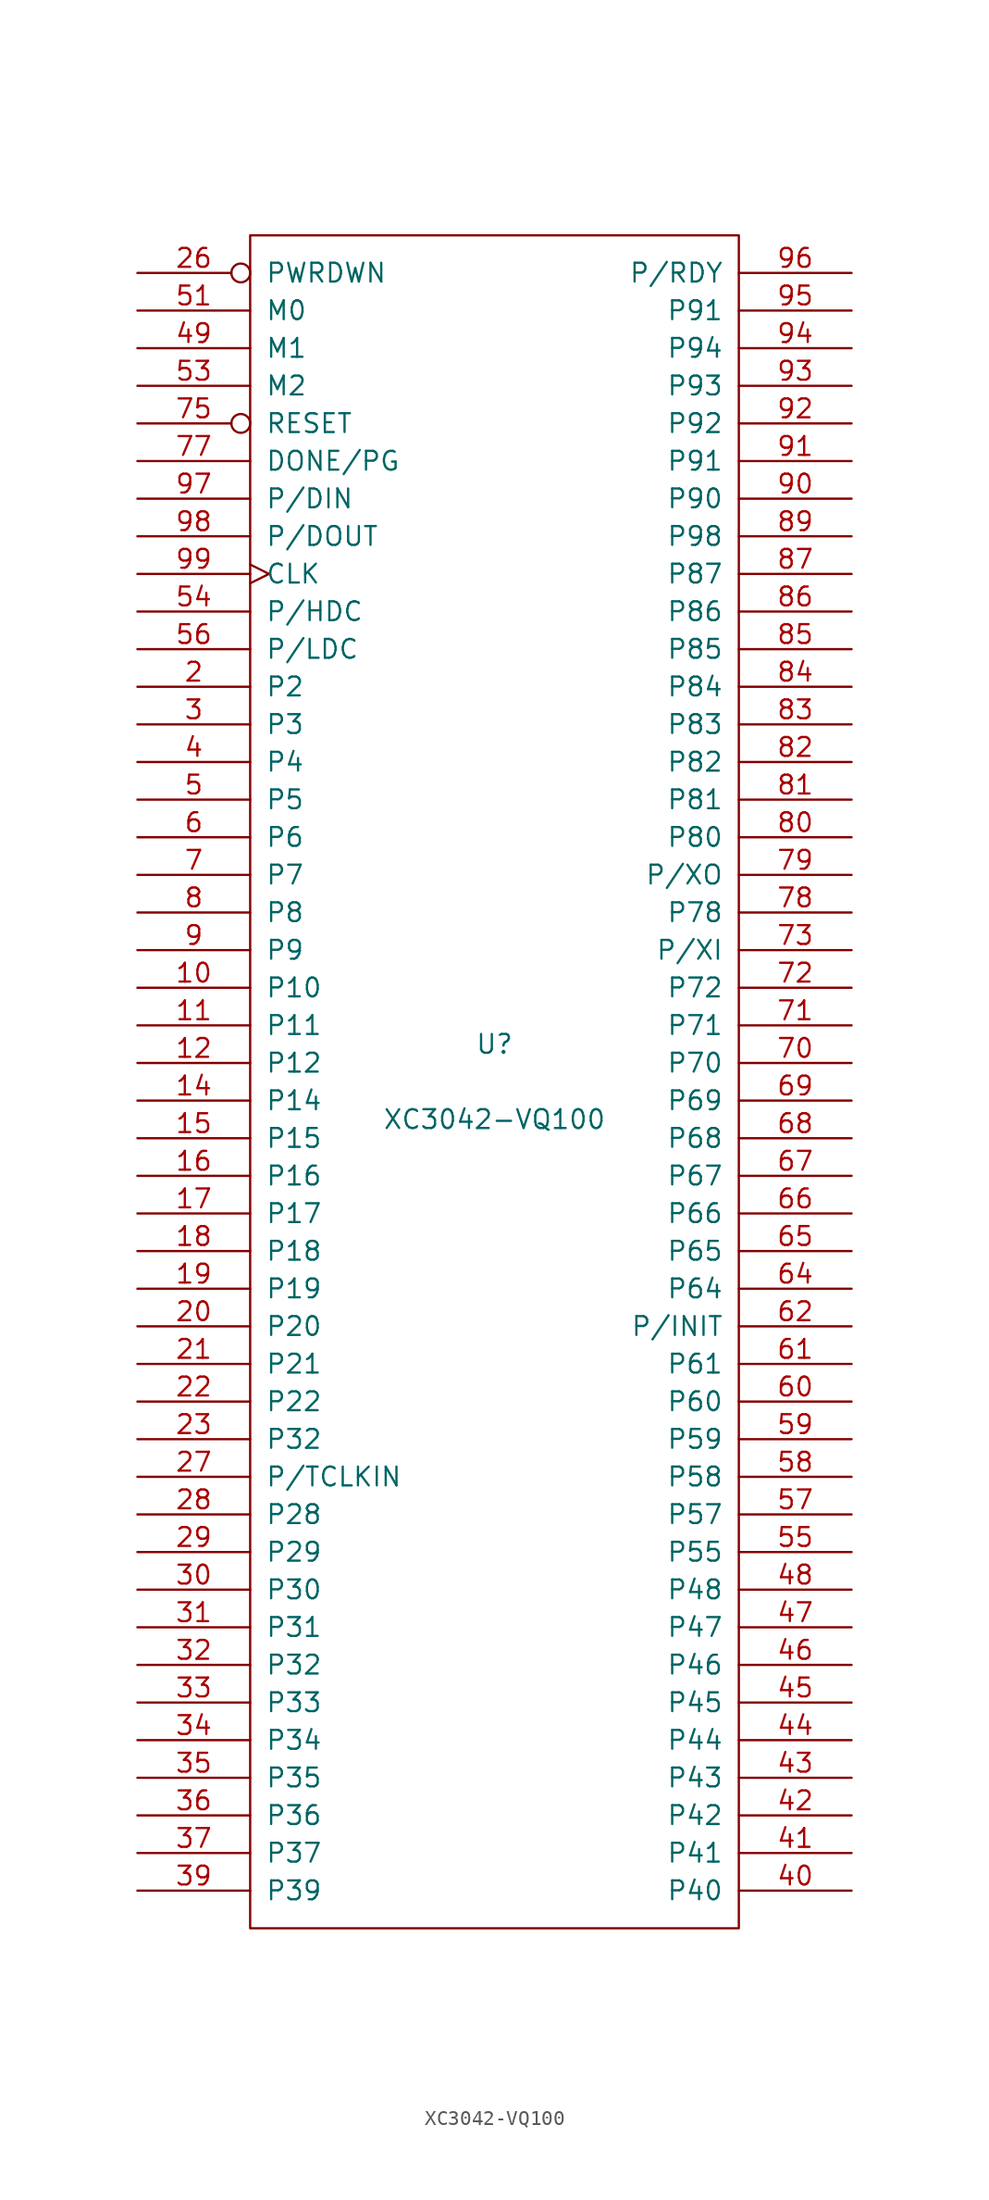
<source format=kicad_sym>
(kicad_symbol_lib
  (version 20201005)
  (generator kicad_symbol_editor)
  (symbol "XC3042-VQ100"
    (pin_names
      (offset 1.016))
    (property "Reference" "U"
      (at 0 2.54 0)
      (effects (font (size 1.27 1.27))))
    (property "Value" "XC3042-VQ100"
      (at 0 -2.54 0)
      (effects (font (size 1.27 1.27))))
    (symbol "XC3042-VQ100_0_1"
      (rectangle (start -16.51 -57.15) (end 16.51 57.15) (stroke (width 0)) (fill (type none))))
    (symbol "XC3042-VQ100_1_1"
      (pin power_in line (at -3.81 -57.15 90) (length 0) hide (name "GND" (effects (font (size 1.27 1.27)))) (number "1" (effects (font (size 1.27 1.27)))))
      (pin passive line (at -24.13 6.35 0) (length 7.62) (name "P10" (effects (font (size 1.27 1.27)))) (number "10" (effects (font (size 1.27 1.27)))))
      (pin power_in line (at 8.89 57.15 270) (length 0) hide (name "VCC" (effects (font (size 1.27 1.27)))) (number "100" (effects (font (size 1.27 1.27)))))
      (pin passive line (at -24.13 3.81 0) (length 7.62) (name "P11" (effects (font (size 1.27 1.27)))) (number "11" (effects (font (size 1.27 1.27)))))
      (pin passive line (at -24.13 1.27 0) (length 7.62) (name "P12" (effects (font (size 1.27 1.27)))) (number "12" (effects (font (size 1.27 1.27)))))
      (pin power_in line (at -1.27 -57.15 90) (length 0) hide (name "GND" (effects (font (size 1.27 1.27)))) (number "13" (effects (font (size 1.27 1.27)))))
      (pin passive line (at -24.13 -1.27 0) (length 7.62) (name "P14" (effects (font (size 1.27 1.27)))) (number "14" (effects (font (size 1.27 1.27)))))
      (pin passive line (at -24.13 -3.81 0) (length 7.62) (name "P15" (effects (font (size 1.27 1.27)))) (number "15" (effects (font (size 1.27 1.27)))))
      (pin passive line (at -24.13 -6.35 0) (length 7.62) (name "P16" (effects (font (size 1.27 1.27)))) (number "16" (effects (font (size 1.27 1.27)))))
      (pin passive line (at -24.13 -8.89 0) (length 7.62) (name "P17" (effects (font (size 1.27 1.27)))) (number "17" (effects (font (size 1.27 1.27)))))
      (pin passive line (at -24.13 -11.43 0) (length 7.62) (name "P18" (effects (font (size 1.27 1.27)))) (number "18" (effects (font (size 1.27 1.27)))))
      (pin passive line (at -24.13 -13.97 0) (length 7.62) (name "P19" (effects (font (size 1.27 1.27)))) (number "19" (effects (font (size 1.27 1.27)))))
      (pin passive line (at -24.13 26.67 0) (length 7.62) (name "P2" (effects (font (size 1.27 1.27)))) (number "2" (effects (font (size 1.27 1.27)))))
      (pin passive line (at -24.13 -16.51 0) (length 7.62) (name "P20" (effects (font (size 1.27 1.27)))) (number "20" (effects (font (size 1.27 1.27)))))
      (pin passive line (at -24.13 -19.05 0) (length 7.62) (name "P21" (effects (font (size 1.27 1.27)))) (number "21" (effects (font (size 1.27 1.27)))))
      (pin passive line (at -24.13 -21.59 0) (length 7.62) (name "P22" (effects (font (size 1.27 1.27)))) (number "22" (effects (font (size 1.27 1.27)))))
      (pin passive line (at -24.13 -24.13 0) (length 7.62) (name "P32" (effects (font (size 1.27 1.27)))) (number "23" (effects (font (size 1.27 1.27)))))
      (pin power_in line (at -3.81 57.15 270) (length 0) hide (name "VCC" (effects (font (size 1.27 1.27)))) (number "24" (effects (font (size 1.27 1.27)))))
      (pin power_in line (at 1.27 -57.15 90) (length 0) hide (name "GND" (effects (font (size 1.27 1.27)))) (number "25" (effects (font (size 1.27 1.27)))))
      (pin input inverted (at -24.13 54.61 0) (length 7.62) (name "PWRDWN" (effects (font (size 1.27 1.27)))) (number "26" (effects (font (size 1.27 1.27)))))
      (pin passive line (at -24.13 -26.67 0) (length 7.62) (name "P/TCLKIN" (effects (font (size 1.27 1.27)))) (number "27" (effects (font (size 1.27 1.27)))))
      (pin passive line (at -24.13 -29.21 0) (length 7.62) (name "P28" (effects (font (size 1.27 1.27)))) (number "28" (effects (font (size 1.27 1.27)))))
      (pin passive line (at -24.13 -31.75 0) (length 7.62) (name "P29" (effects (font (size 1.27 1.27)))) (number "29" (effects (font (size 1.27 1.27)))))
      (pin passive line (at -24.13 24.13 0) (length 7.62) (name "P3" (effects (font (size 1.27 1.27)))) (number "3" (effects (font (size 1.27 1.27)))))
      (pin passive line (at -24.13 -34.29 0) (length 7.62) (name "P30" (effects (font (size 1.27 1.27)))) (number "30" (effects (font (size 1.27 1.27)))))
      (pin passive line (at -24.13 -36.83 0) (length 7.62) (name "P31" (effects (font (size 1.27 1.27)))) (number "31" (effects (font (size 1.27 1.27)))))
      (pin passive line (at -24.13 -39.37 0) (length 7.62) (name "P32" (effects (font (size 1.27 1.27)))) (number "32" (effects (font (size 1.27 1.27)))))
      (pin passive line (at -24.13 -41.91 0) (length 7.62) (name "P33" (effects (font (size 1.27 1.27)))) (number "33" (effects (font (size 1.27 1.27)))))
      (pin passive line (at -24.13 -44.45 0) (length 7.62) (name "P34" (effects (font (size 1.27 1.27)))) (number "34" (effects (font (size 1.27 1.27)))))
      (pin passive line (at -24.13 -46.99 0) (length 7.62) (name "P35" (effects (font (size 1.27 1.27)))) (number "35" (effects (font (size 1.27 1.27)))))
      (pin passive line (at -24.13 -49.53 0) (length 7.62) (name "P36" (effects (font (size 1.27 1.27)))) (number "36" (effects (font (size 1.27 1.27)))))
      (pin passive line (at -24.13 -52.07 0) (length 7.62) (name "P37" (effects (font (size 1.27 1.27)))) (number "37" (effects (font (size 1.27 1.27)))))
      (pin power_in line (at -1.27 57.15 270) (length 0) hide (name "VCC" (effects (font (size 1.27 1.27)))) (number "38" (effects (font (size 1.27 1.27)))))
      (pin passive line (at -24.13 -54.61 0) (length 7.62) (name "P39" (effects (font (size 1.27 1.27)))) (number "39" (effects (font (size 1.27 1.27)))))
      (pin passive line (at -24.13 21.59 0) (length 7.62) (name "P4" (effects (font (size 1.27 1.27)))) (number "4" (effects (font (size 1.27 1.27)))))
      (pin passive line (at 24.13 -54.61 180) (length 7.62) (name "P40" (effects (font (size 1.27 1.27)))) (number "40" (effects (font (size 1.27 1.27)))))
      (pin passive line (at 24.13 -52.07 180) (length 7.62) (name "P41" (effects (font (size 1.27 1.27)))) (number "41" (effects (font (size 1.27 1.27)))))
      (pin passive line (at 24.13 -49.53 180) (length 7.62) (name "P42" (effects (font (size 1.27 1.27)))) (number "42" (effects (font (size 1.27 1.27)))))
      (pin passive line (at 24.13 -46.99 180) (length 7.62) (name "P43" (effects (font (size 1.27 1.27)))) (number "43" (effects (font (size 1.27 1.27)))))
      (pin passive line (at 24.13 -44.45 180) (length 7.62) (name "P44" (effects (font (size 1.27 1.27)))) (number "44" (effects (font (size 1.27 1.27)))))
      (pin passive line (at 24.13 -41.91 180) (length 7.62) (name "P45" (effects (font (size 1.27 1.27)))) (number "45" (effects (font (size 1.27 1.27)))))
      (pin passive line (at 24.13 -39.37 180) (length 7.62) (name "P46" (effects (font (size 1.27 1.27)))) (number "46" (effects (font (size 1.27 1.27)))))
      (pin passive line (at 24.13 -36.83 180) (length 7.62) (name "P47" (effects (font (size 1.27 1.27)))) (number "47" (effects (font (size 1.27 1.27)))))
      (pin passive line (at 24.13 -34.29 180) (length 7.62) (name "P48" (effects (font (size 1.27 1.27)))) (number "48" (effects (font (size 1.27 1.27)))))
      (pin input line (at -24.13 49.53 0) (length 7.62) (name "M1" (effects (font (size 1.27 1.27)))) (number "49" (effects (font (size 1.27 1.27)))))
      (pin passive line (at -24.13 19.05 0) (length 7.62) (name "P5" (effects (font (size 1.27 1.27)))) (number "5" (effects (font (size 1.27 1.27)))))
      (pin power_in line (at 3.81 -57.15 90) (length 0) hide (name "GND" (effects (font (size 1.27 1.27)))) (number "50" (effects (font (size 1.27 1.27)))))
      (pin input line (at -24.13 52.07 0) (length 7.62) (name "M0" (effects (font (size 1.27 1.27)))) (number "51" (effects (font (size 1.27 1.27)))))
      (pin power_in line (at 1.27 57.15 270) (length 0) hide (name "VCC" (effects (font (size 1.27 1.27)))) (number "52" (effects (font (size 1.27 1.27)))))
      (pin passive line (at -24.13 46.99 0) (length 7.62) (name "M2" (effects (font (size 1.27 1.27)))) (number "53" (effects (font (size 1.27 1.27)))))
      (pin passive line (at -24.13 31.75 0) (length 7.62) (name "P/HDC" (effects (font (size 1.27 1.27)))) (number "54" (effects (font (size 1.27 1.27)))))
      (pin passive line (at 24.13 -31.75 180) (length 7.62) (name "P55" (effects (font (size 1.27 1.27)))) (number "55" (effects (font (size 1.27 1.27)))))
      (pin passive line (at -24.13 29.21 0) (length 7.62) (name "P/LDC" (effects (font (size 1.27 1.27)))) (number "56" (effects (font (size 1.27 1.27)))))
      (pin passive line (at 24.13 -29.21 180) (length 7.62) (name "P57" (effects (font (size 1.27 1.27)))) (number "57" (effects (font (size 1.27 1.27)))))
      (pin passive line (at 24.13 -26.67 180) (length 7.62) (name "P58" (effects (font (size 1.27 1.27)))) (number "58" (effects (font (size 1.27 1.27)))))
      (pin passive line (at 24.13 -24.13 180) (length 7.62) (name "P59" (effects (font (size 1.27 1.27)))) (number "59" (effects (font (size 1.27 1.27)))))
      (pin passive line (at -24.13 16.51 0) (length 7.62) (name "P6" (effects (font (size 1.27 1.27)))) (number "6" (effects (font (size 1.27 1.27)))))
      (pin passive line (at 24.13 -21.59 180) (length 7.62) (name "P60" (effects (font (size 1.27 1.27)))) (number "60" (effects (font (size 1.27 1.27)))))
      (pin passive line (at 24.13 -19.05 180) (length 7.62) (name "P61" (effects (font (size 1.27 1.27)))) (number "61" (effects (font (size 1.27 1.27)))))
      (pin passive line (at 24.13 -16.51 180) (length 7.62) (name "P/INIT" (effects (font (size 1.27 1.27)))) (number "62" (effects (font (size 1.27 1.27)))))
      (pin power_in line (at 6.35 -57.15 90) (length 0) hide (name "GND" (effects (font (size 1.27 1.27)))) (number "63" (effects (font (size 1.27 1.27)))))
      (pin passive line (at 24.13 -13.97 180) (length 7.62) (name "P64" (effects (font (size 1.27 1.27)))) (number "64" (effects (font (size 1.27 1.27)))))
      (pin passive line (at 24.13 -11.43 180) (length 7.62) (name "P65" (effects (font (size 1.27 1.27)))) (number "65" (effects (font (size 1.27 1.27)))))
      (pin passive line (at 24.13 -8.89 180) (length 7.62) (name "P66" (effects (font (size 1.27 1.27)))) (number "66" (effects (font (size 1.27 1.27)))))
      (pin passive line (at 24.13 -6.35 180) (length 7.62) (name "P67" (effects (font (size 1.27 1.27)))) (number "67" (effects (font (size 1.27 1.27)))))
      (pin passive line (at 24.13 -3.81 180) (length 7.62) (name "P68" (effects (font (size 1.27 1.27)))) (number "68" (effects (font (size 1.27 1.27)))))
      (pin passive line (at 24.13 -1.27 180) (length 7.62) (name "P69" (effects (font (size 1.27 1.27)))) (number "69" (effects (font (size 1.27 1.27)))))
      (pin passive line (at -24.13 13.97 0) (length 7.62) (name "P7" (effects (font (size 1.27 1.27)))) (number "7" (effects (font (size 1.27 1.27)))))
      (pin passive line (at 24.13 1.27 180) (length 7.62) (name "P70" (effects (font (size 1.27 1.27)))) (number "70" (effects (font (size 1.27 1.27)))))
      (pin passive line (at 24.13 3.81 180) (length 7.62) (name "P71" (effects (font (size 1.27 1.27)))) (number "71" (effects (font (size 1.27 1.27)))))
      (pin passive line (at 24.13 6.35 180) (length 7.62) (name "P72" (effects (font (size 1.27 1.27)))) (number "72" (effects (font (size 1.27 1.27)))))
      (pin passive line (at 24.13 8.89 180) (length 7.62) (name "P/XI" (effects (font (size 1.27 1.27)))) (number "73" (effects (font (size 1.27 1.27)))))
      (pin power_in line (at 8.89 -57.15 90) (length 0) hide (name "GND" (effects (font (size 1.27 1.27)))) (number "74" (effects (font (size 1.27 1.27)))))
      (pin input inverted (at -24.13 44.45 0) (length 7.62) (name "RESET" (effects (font (size 1.27 1.27)))) (number "75" (effects (font (size 1.27 1.27)))))
      (pin power_in line (at 3.81 57.15 270) (length 0) hide (name "VCC" (effects (font (size 1.27 1.27)))) (number "76" (effects (font (size 1.27 1.27)))))
      (pin open_collector line (at -24.13 41.91 0) (length 7.62) (name "DONE/PG" (effects (font (size 1.27 1.27)))) (number "77" (effects (font (size 1.27 1.27)))))
      (pin passive line (at 24.13 11.43 180) (length 7.62) (name "P78" (effects (font (size 1.27 1.27)))) (number "78" (effects (font (size 1.27 1.27)))))
      (pin passive line (at 24.13 13.97 180) (length 7.62) (name "P/XO" (effects (font (size 1.27 1.27)))) (number "79" (effects (font (size 1.27 1.27)))))
      (pin passive line (at -24.13 11.43 0) (length 7.62) (name "P8" (effects (font (size 1.27 1.27)))) (number "8" (effects (font (size 1.27 1.27)))))
      (pin passive line (at 24.13 16.51 180) (length 7.62) (name "P80" (effects (font (size 1.27 1.27)))) (number "80" (effects (font (size 1.27 1.27)))))
      (pin passive line (at 24.13 19.05 180) (length 7.62) (name "P81" (effects (font (size 1.27 1.27)))) (number "81" (effects (font (size 1.27 1.27)))))
      (pin passive line (at 24.13 21.59 180) (length 7.62) (name "P82" (effects (font (size 1.27 1.27)))) (number "82" (effects (font (size 1.27 1.27)))))
      (pin passive line (at 24.13 24.13 180) (length 7.62) (name "P83" (effects (font (size 1.27 1.27)))) (number "83" (effects (font (size 1.27 1.27)))))
      (pin passive line (at 24.13 26.67 180) (length 7.62) (name "P84" (effects (font (size 1.27 1.27)))) (number "84" (effects (font (size 1.27 1.27)))))
      (pin passive line (at 24.13 29.21 180) (length 7.62) (name "P85" (effects (font (size 1.27 1.27)))) (number "85" (effects (font (size 1.27 1.27)))))
      (pin passive line (at 24.13 31.75 180) (length 7.62) (name "P86" (effects (font (size 1.27 1.27)))) (number "86" (effects (font (size 1.27 1.27)))))
      (pin passive line (at 24.13 34.29 180) (length 7.62) (name "P87" (effects (font (size 1.27 1.27)))) (number "87" (effects (font (size 1.27 1.27)))))
      (pin power_in line (at 6.35 57.15 270) (length 0) hide (name "VCC" (effects (font (size 1.27 1.27)))) (number "88" (effects (font (size 1.27 1.27)))))
      (pin passive line (at 24.13 36.83 180) (length 7.62) (name "P98" (effects (font (size 1.27 1.27)))) (number "89" (effects (font (size 1.27 1.27)))))
      (pin passive line (at -24.13 8.89 0) (length 7.62) (name "P9" (effects (font (size 1.27 1.27)))) (number "9" (effects (font (size 1.27 1.27)))))
      (pin passive line (at 24.13 39.37 180) (length 7.62) (name "P90" (effects (font (size 1.27 1.27)))) (number "90" (effects (font (size 1.27 1.27)))))
      (pin passive line (at 24.13 41.91 180) (length 7.62) (name "P91" (effects (font (size 1.27 1.27)))) (number "91" (effects (font (size 1.27 1.27)))))
      (pin passive line (at 24.13 44.45 180) (length 7.62) (name "P92" (effects (font (size 1.27 1.27)))) (number "92" (effects (font (size 1.27 1.27)))))
      (pin passive line (at 24.13 46.99 180) (length 7.62) (name "P93" (effects (font (size 1.27 1.27)))) (number "93" (effects (font (size 1.27 1.27)))))
      (pin passive line (at 24.13 49.53 180) (length 7.62) (name "P94" (effects (font (size 1.27 1.27)))) (number "94" (effects (font (size 1.27 1.27)))))
      (pin passive line (at 24.13 52.07 180) (length 7.62) (name "P91" (effects (font (size 1.27 1.27)))) (number "95" (effects (font (size 1.27 1.27)))))
      (pin passive line (at 24.13 54.61 180) (length 7.62) (name "P/RDY" (effects (font (size 1.27 1.27)))) (number "96" (effects (font (size 1.27 1.27)))))
      (pin passive line (at -24.13 39.37 0) (length 7.62) (name "P/DIN" (effects (font (size 1.27 1.27)))) (number "97" (effects (font (size 1.27 1.27)))))
      (pin passive line (at -24.13 36.83 0) (length 7.62) (name "P/DOUT" (effects (font (size 1.27 1.27)))) (number "98" (effects (font (size 1.27 1.27)))))
      (pin bidirectional clock (at -24.13 34.29 0) (length 7.62) (name "CLK" (effects (font (size 1.27 1.27)))) (number "99" (effects (font (size 1.27 1.27))))))))
</source>
